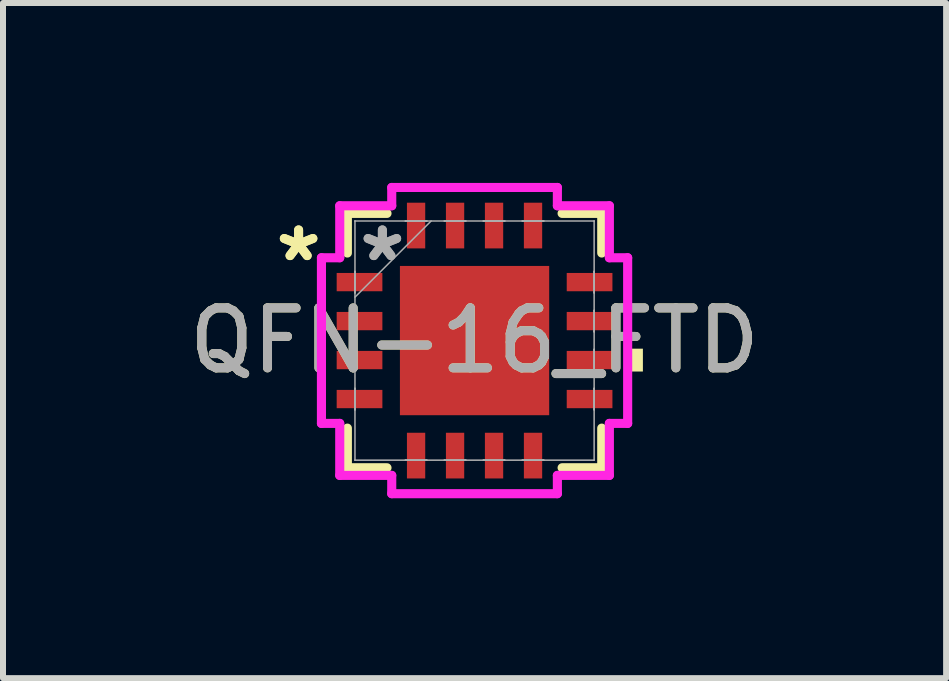
<source format=kicad_pcb>
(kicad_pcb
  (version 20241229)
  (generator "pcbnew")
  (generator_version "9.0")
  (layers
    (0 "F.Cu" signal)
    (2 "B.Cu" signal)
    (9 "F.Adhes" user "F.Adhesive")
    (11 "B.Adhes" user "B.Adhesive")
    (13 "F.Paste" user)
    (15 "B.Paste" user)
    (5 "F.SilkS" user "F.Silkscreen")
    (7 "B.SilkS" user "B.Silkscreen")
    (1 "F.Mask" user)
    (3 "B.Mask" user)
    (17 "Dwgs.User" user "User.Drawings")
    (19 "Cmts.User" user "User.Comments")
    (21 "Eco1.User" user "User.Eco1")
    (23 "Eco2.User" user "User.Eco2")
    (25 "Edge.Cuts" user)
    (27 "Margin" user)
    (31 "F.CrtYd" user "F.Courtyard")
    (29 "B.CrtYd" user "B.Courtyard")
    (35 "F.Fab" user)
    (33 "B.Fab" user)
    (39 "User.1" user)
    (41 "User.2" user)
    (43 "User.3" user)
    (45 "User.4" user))
  (footprint "QFN-16_FTD"
    (layer "F.Cu")
    (at 4.863 2.629)
    (property "Reference" "QFN-16_FTD" (at 0 0 0) (unlocked yes) (layer "F.SilkS") (effects (font (size 1 1) (thickness 0.15))))
    (attr smd)
    (fp_line (start -2.121 -2.121) (end -2.121 -1.46) (stroke (width 0.152) (type solid)) (layer "F.SilkS"))
    (fp_line (start -2.121 1.46) (end -2.121 2.121) (stroke (width 0.152) (type solid)) (layer "F.SilkS"))
    (fp_line (start -2.121 2.121) (end -1.46 2.121) (stroke (width 0.152) (type solid)) (layer "F.SilkS"))
    (fp_line (start -1.46 -2.121) (end -2.121 -2.121) (stroke (width 0.152) (type solid)) (layer "F.SilkS"))
    (fp_line (start 1.46 2.121) (end 2.121 2.121) (stroke (width 0.152) (type solid)) (layer "F.SilkS"))
    (fp_line (start 2.121 -2.121) (end 1.46 -2.121) (stroke (width 0.152) (type solid)) (layer "F.SilkS"))
    (fp_line (start 2.121 -1.46) (end 2.121 -2.121) (stroke (width 0.152) (type solid)) (layer "F.SilkS"))
    (fp_line (start 2.121 2.121) (end 2.121 1.46) (stroke (width 0.152) (type solid)) (layer "F.SilkS"))
    (fp_poly (pts (xy 2.807 0.135) (xy 2.807 0.516) (xy 2.553 0.516) (xy 2.553 0.135)) (stroke (width 0) (type solid)) (fill yes) (layer "F.SilkS"))
    (fp_line (start -2.553 -1.381) (end -2.248 -1.381) (stroke (width 0.152) (type solid)) (layer "F.CrtYd"))
    (fp_line (start -2.553 1.381) (end -2.553 -1.381) (stroke (width 0.152) (type solid)) (layer "F.CrtYd"))
    (fp_line (start -2.248 -2.248) (end -1.381 -2.248) (stroke (width 0.152) (type solid)) (layer "F.CrtYd"))
    (fp_line (start -2.248 -1.381) (end -2.248 -2.248) (stroke (width 0.152) (type solid)) (layer "F.CrtYd"))
    (fp_line (start -2.248 1.381) (end -2.553 1.381) (stroke (width 0.152) (type solid)) (layer "F.CrtYd"))
    (fp_line (start -2.248 2.248) (end -2.248 1.381) (stroke (width 0.152) (type solid)) (layer "F.CrtYd"))
    (fp_line (start -1.381 -2.553) (end 1.381 -2.553) (stroke (width 0.152) (type solid)) (layer "F.CrtYd"))
    (fp_line (start -1.381 -2.248) (end -1.381 -2.553) (stroke (width 0.152) (type solid)) (layer "F.CrtYd"))
    (fp_line (start -1.381 2.248) (end -2.248 2.248) (stroke (width 0.152) (type solid)) (layer "F.CrtYd"))
    (fp_line (start -1.381 2.553) (end -1.381 2.248) (stroke (width 0.152) (type solid)) (layer "F.CrtYd"))
    (fp_line (start 1.381 -2.553) (end 1.381 -2.248) (stroke (width 0.152) (type solid)) (layer "F.CrtYd"))
    (fp_line (start 1.381 -2.248) (end 2.248 -2.248) (stroke (width 0.152) (type solid)) (layer "F.CrtYd"))
    (fp_line (start 1.381 2.248) (end 1.381 2.553) (stroke (width 0.152) (type solid)) (layer "F.CrtYd"))
    (fp_line (start 1.381 2.553) (end -1.381 2.553) (stroke (width 0.152) (type solid)) (layer "F.CrtYd"))
    (fp_line (start 2.248 -2.248) (end 2.248 -1.381) (stroke (width 0.152) (type solid)) (layer "F.CrtYd"))
    (fp_line (start 2.248 -1.381) (end 2.553 -1.381) (stroke (width 0.152) (type solid)) (layer "F.CrtYd"))
    (fp_line (start 2.248 1.381) (end 2.248 2.248) (stroke (width 0.152) (type solid)) (layer "F.CrtYd"))
    (fp_line (start 2.248 2.248) (end 1.381 2.248) (stroke (width 0.152) (type solid)) (layer "F.CrtYd"))
    (fp_line (start 2.553 -1.381) (end 2.553 1.381) (stroke (width 0.152) (type solid)) (layer "F.CrtYd"))
    (fp_line (start 2.553 1.381) (end 2.248 1.381) (stroke (width 0.152) (type solid)) (layer "F.CrtYd"))
    (fp_line (start -1.994 -1.994) (end -1.994 -1.994) (stroke (width 0.025) (type solid)) (layer "F.Fab"))
    (fp_line (start -1.994 -1.994) (end -1.994 1.994) (stroke (width 0.025) (type solid)) (layer "F.Fab"))
    (fp_line (start -1.994 -1.153) (end -1.994 -1.153) (stroke (width 0.025) (type solid)) (layer "F.Fab"))
    (fp_line (start -1.994 -1.153) (end -1.994 -0.797) (stroke (width 0.025) (type solid)) (layer "F.Fab"))
    (fp_line (start -1.994 -0.797) (end -1.994 -1.153) (stroke (width 0.025) (type solid)) (layer "F.Fab"))
    (fp_line (start -1.994 -0.797) (end -1.994 -0.797) (stroke (width 0.025) (type solid)) (layer "F.Fab"))
    (fp_line (start -1.994 -0.724) (end -0.724 -1.994) (stroke (width 0.025) (type solid)) (layer "F.Fab"))
    (fp_line (start -1.994 -0.503) (end -1.994 -0.503) (stroke (width 0.025) (type solid)) (layer "F.Fab"))
    (fp_line (start -1.994 -0.503) (end -1.994 -0.147) (stroke (width 0.025) (type solid)) (layer "F.Fab"))
    (fp_line (start -1.994 -0.147) (end -1.994 -0.503) (stroke (width 0.025) (type solid)) (layer "F.Fab"))
    (fp_line (start -1.994 -0.147) (end -1.994 -0.147) (stroke (width 0.025) (type solid)) (layer "F.Fab"))
    (fp_line (start -1.994 0.147) (end -1.994 0.147) (stroke (width 0.025) (type solid)) (layer "F.Fab"))
    (fp_line (start -1.994 0.147) (end -1.994 0.503) (stroke (width 0.025) (type solid)) (layer "F.Fab"))
    (fp_line (start -1.994 0.503) (end -1.994 0.147) (stroke (width 0.025) (type solid)) (layer "F.Fab"))
    (fp_line (start -1.994 0.503) (end -1.994 0.503) (stroke (width 0.025) (type solid)) (layer "F.Fab"))
    (fp_line (start -1.994 0.797) (end -1.994 0.797) (stroke (width 0.025) (type solid)) (layer "F.Fab"))
    (fp_line (start -1.994 0.797) (end -1.994 1.153) (stroke (width 0.025) (type solid)) (layer "F.Fab"))
    (fp_line (start -1.994 1.153) (end -1.994 0.797) (stroke (width 0.025) (type solid)) (layer "F.Fab"))
    (fp_line (start -1.994 1.153) (end -1.994 1.153) (stroke (width 0.025) (type solid)) (layer "F.Fab"))
    (fp_line (start -1.994 1.994) (end -1.994 1.994) (stroke (width 0.025) (type solid)) (layer "F.Fab"))
    (fp_line (start -1.994 1.994) (end 1.994 1.994) (stroke (width 0.025) (type solid)) (layer "F.Fab"))
    (fp_line (start -1.153 -1.994) (end -1.153 -1.994) (stroke (width 0.025) (type solid)) (layer "F.Fab"))
    (fp_line (start -1.153 -1.994) (end -0.797 -1.994) (stroke (width 0.025) (type solid)) (layer "F.Fab"))
    (fp_line (start -1.153 1.994) (end -1.153 1.994) (stroke (width 0.025) (type solid)) (layer "F.Fab"))
    (fp_line (start -1.153 1.994) (end -0.797 1.994) (stroke (width 0.025) (type solid)) (layer "F.Fab"))
    (fp_line (start -0.797 -1.994) (end -1.153 -1.994) (stroke (width 0.025) (type solid)) (layer "F.Fab"))
    (fp_line (start -0.797 -1.994) (end -0.797 -1.994) (stroke (width 0.025) (type solid)) (layer "F.Fab"))
    (fp_line (start -0.797 1.994) (end -1.153 1.994) (stroke (width 0.025) (type solid)) (layer "F.Fab"))
    (fp_line (start -0.797 1.994) (end -0.797 1.994) (stroke (width 0.025) (type solid)) (layer "F.Fab"))
    (fp_line (start -0.503 -1.994) (end -0.503 -1.994) (stroke (width 0.025) (type solid)) (layer "F.Fab"))
    (fp_line (start -0.503 -1.994) (end -0.147 -1.994) (stroke (width 0.025) (type solid)) (layer "F.Fab"))
    (fp_line (start -0.503 1.994) (end -0.503 1.994) (stroke (width 0.025) (type solid)) (layer "F.Fab"))
    (fp_line (start -0.503 1.994) (end -0.147 1.994) (stroke (width 0.025) (type solid)) (layer "F.Fab"))
    (fp_line (start -0.147 -1.994) (end -0.503 -1.994) (stroke (width 0.025) (type solid)) (layer "F.Fab"))
    (fp_line (start -0.147 -1.994) (end -0.147 -1.994) (stroke (width 0.025) (type solid)) (layer "F.Fab"))
    (fp_line (start -0.147 1.994) (end -0.503 1.994) (stroke (width 0.025) (type solid)) (layer "F.Fab"))
    (fp_line (start -0.147 1.994) (end -0.147 1.994) (stroke (width 0.025) (type solid)) (layer "F.Fab"))
    (fp_line (start 0.147 -1.994) (end 0.147 -1.994) (stroke (width 0.025) (type solid)) (layer "F.Fab"))
    (fp_line (start 0.147 -1.994) (end 0.503 -1.994) (stroke (width 0.025) (type solid)) (layer "F.Fab"))
    (fp_line (start 0.147 1.994) (end 0.147 1.994) (stroke (width 0.025) (type solid)) (layer "F.Fab"))
    (fp_line (start 0.147 1.994) (end 0.503 1.994) (stroke (width 0.025) (type solid)) (layer "F.Fab"))
    (fp_line (start 0.503 -1.994) (end 0.147 -1.994) (stroke (width 0.025) (type solid)) (layer "F.Fab"))
    (fp_line (start 0.503 -1.994) (end 0.503 -1.994) (stroke (width 0.025) (type solid)) (layer "F.Fab"))
    (fp_line (start 0.503 1.994) (end 0.147 1.994) (stroke (width 0.025) (type solid)) (layer "F.Fab"))
    (fp_line (start 0.503 1.994) (end 0.503 1.994) (stroke (width 0.025) (type solid)) (layer "F.Fab"))
    (fp_line (start 0.797 -1.994) (end 0.797 -1.994) (stroke (width 0.025) (type solid)) (layer "F.Fab"))
    (fp_line (start 0.797 -1.994) (end 1.153 -1.994) (stroke (width 0.025) (type solid)) (layer "F.Fab"))
    (fp_line (start 0.797 1.994) (end 0.797 1.994) (stroke (width 0.025) (type solid)) (layer "F.Fab"))
    (fp_line (start 0.797 1.994) (end 1.153 1.994) (stroke (width 0.025) (type solid)) (layer "F.Fab"))
    (fp_line (start 1.153 -1.994) (end 0.797 -1.994) (stroke (width 0.025) (type solid)) (layer "F.Fab"))
    (fp_line (start 1.153 -1.994) (end 1.153 -1.994) (stroke (width 0.025) (type solid)) (layer "F.Fab"))
    (fp_line (start 1.153 1.994) (end 0.797 1.994) (stroke (width 0.025) (type solid)) (layer "F.Fab"))
    (fp_line (start 1.153 1.994) (end 1.153 1.994) (stroke (width 0.025) (type solid)) (layer "F.Fab"))
    (fp_line (start 1.994 -1.994) (end -1.994 -1.994) (stroke (width 0.025) (type solid)) (layer "F.Fab"))
    (fp_line (start 1.994 -1.994) (end 1.994 -1.994) (stroke (width 0.025) (type solid)) (layer "F.Fab"))
    (fp_line (start 1.994 -1.153) (end 1.994 -1.153) (stroke (width 0.025) (type solid)) (layer "F.Fab"))
    (fp_line (start 1.994 -1.153) (end 1.994 -0.797) (stroke (width 0.025) (type solid)) (layer "F.Fab"))
    (fp_line (start 1.994 -0.797) (end 1.994 -1.153) (stroke (width 0.025) (type solid)) (layer "F.Fab"))
    (fp_line (start 1.994 -0.797) (end 1.994 -0.797) (stroke (width 0.025) (type solid)) (layer "F.Fab"))
    (fp_line (start 1.994 -0.503) (end 1.994 -0.503) (stroke (width 0.025) (type solid)) (layer "F.Fab"))
    (fp_line (start 1.994 -0.503) (end 1.994 -0.147) (stroke (width 0.025) (type solid)) (layer "F.Fab"))
    (fp_line (start 1.994 -0.147) (end 1.994 -0.503) (stroke (width 0.025) (type solid)) (layer "F.Fab"))
    (fp_line (start 1.994 -0.147) (end 1.994 -0.147) (stroke (width 0.025) (type solid)) (layer "F.Fab"))
    (fp_line (start 1.994 0.147) (end 1.994 0.147) (stroke (width 0.025) (type solid)) (layer "F.Fab"))
    (fp_line (start 1.994 0.147) (end 1.994 0.503) (stroke (width 0.025) (type solid)) (layer "F.Fab"))
    (fp_line (start 1.994 0.503) (end 1.994 0.147) (stroke (width 0.025) (type solid)) (layer "F.Fab"))
    (fp_line (start 1.994 0.503) (end 1.994 0.503) (stroke (width 0.025) (type solid)) (layer "F.Fab"))
    (fp_line (start 1.994 0.797) (end 1.994 0.797) (stroke (width 0.025) (type solid)) (layer "F.Fab"))
    (fp_line (start 1.994 0.797) (end 1.994 1.153) (stroke (width 0.025) (type solid)) (layer "F.Fab"))
    (fp_line (start 1.994 1.153) (end 1.994 0.797) (stroke (width 0.025) (type solid)) (layer "F.Fab"))
    (fp_line (start 1.994 1.153) (end 1.994 1.153) (stroke (width 0.025) (type solid)) (layer "F.Fab"))
    (fp_line (start 1.994 1.994) (end 1.994 -1.994) (stroke (width 0.025) (type solid)) (layer "F.Fab"))
    (fp_line (start 1.994 1.994) (end 1.994 1.994) (stroke (width 0.025) (type solid)) (layer "F.Fab"))
    (fp_text user "*" (at -2.934 -1.3 0) (layer "F.SilkS") (effects (font (size 1 1) (thickness 0.15))))
    (fp_text user "*" (at -2.934 -1.3 0) (unlocked yes) (layer "F.SilkS") (effects (font (size 1 1) (thickness 0.15))))
    (fp_text user "*" (at -1.537 -1.3 0) (layer "F.Fab") (effects (font (size 1 1) (thickness 0.15))))
    (fp_text user "${REFERENCE}" (at 0 0 0) (unlocked yes) (layer "F.Fab") (effects (font (size 1 1) (thickness 0.15))))
    (fp_text user "*" (at -1.537 -1.3 0) (unlocked yes) (layer "F.Fab") (effects (font (size 1 1) (thickness 0.15))))
    (pad "1" smd rect (at -1.918 -0.975 90) (size 0.305 0.762) (layers "F.Cu" "F.Mask" "F.Paste"))
    (pad "2" smd rect (at -1.918 -0.325 90) (size 0.305 0.762) (layers "F.Cu" "F.Mask" "F.Paste"))
    (pad "3" smd rect (at -1.918 0.325 90) (size 0.305 0.762) (layers "F.Cu" "F.Mask" "F.Paste"))
    (pad "4" smd rect (at -1.918 0.975 90) (size 0.305 0.762) (layers "F.Cu" "F.Mask" "F.Paste"))
    (pad "5" smd rect (at -0.975 1.918) (size 0.305 0.762) (layers "F.Cu" "F.Mask" "F.Paste"))
    (pad "6" smd rect (at -0.325 1.918) (size 0.305 0.762) (layers "F.Cu" "F.Mask" "F.Paste"))
    (pad "7" smd rect (at 0.325 1.918) (size 0.305 0.762) (layers "F.Cu" "F.Mask" "F.Paste"))
    (pad "8" smd rect (at 0.975 1.918) (size 0.305 0.762) (layers "F.Cu" "F.Mask" "F.Paste"))
    (pad "9" smd rect (at 1.918 0.975 90) (size 0.305 0.762) (layers "F.Cu" "F.Mask" "F.Paste"))
    (pad "10" smd rect (at 1.918 0.325 90) (size 0.305 0.762) (layers "F.Cu" "F.Mask" "F.Paste"))
    (pad "11" smd rect (at 1.918 -0.325 90) (size 0.305 0.762) (layers "F.Cu" "F.Mask" "F.Paste"))
    (pad "12" smd rect (at 1.918 -0.975 90) (size 0.305 0.762) (layers "F.Cu" "F.Mask" "F.Paste"))
    (pad "13" smd rect (at 0.975 -1.918) (size 0.305 0.762) (layers "F.Cu" "F.Mask" "F.Paste"))
    (pad "14" smd rect (at 0.325 -1.918) (size 0.305 0.762) (layers "F.Cu" "F.Mask" "F.Paste"))
    (pad "15" smd rect (at -0.325 -1.918) (size 0.305 0.762) (layers "F.Cu" "F.Mask" "F.Paste"))
    (pad "16" smd rect (at -0.975 -1.918) (size 0.305 0.762) (layers "F.Cu" "F.Mask" "F.Paste"))
    (pad "17" smd rect (at 0 0) (size 2.489 2.489) (layers "F.Cu" "F.Mask" "F.Paste")))
  (gr_rect
    (start -3 -3)
    (end 12.726 8.258)
    (stroke (width 0.1) (type default))
    (fill no)
    (layer "Edge.Cuts")))
</source>
